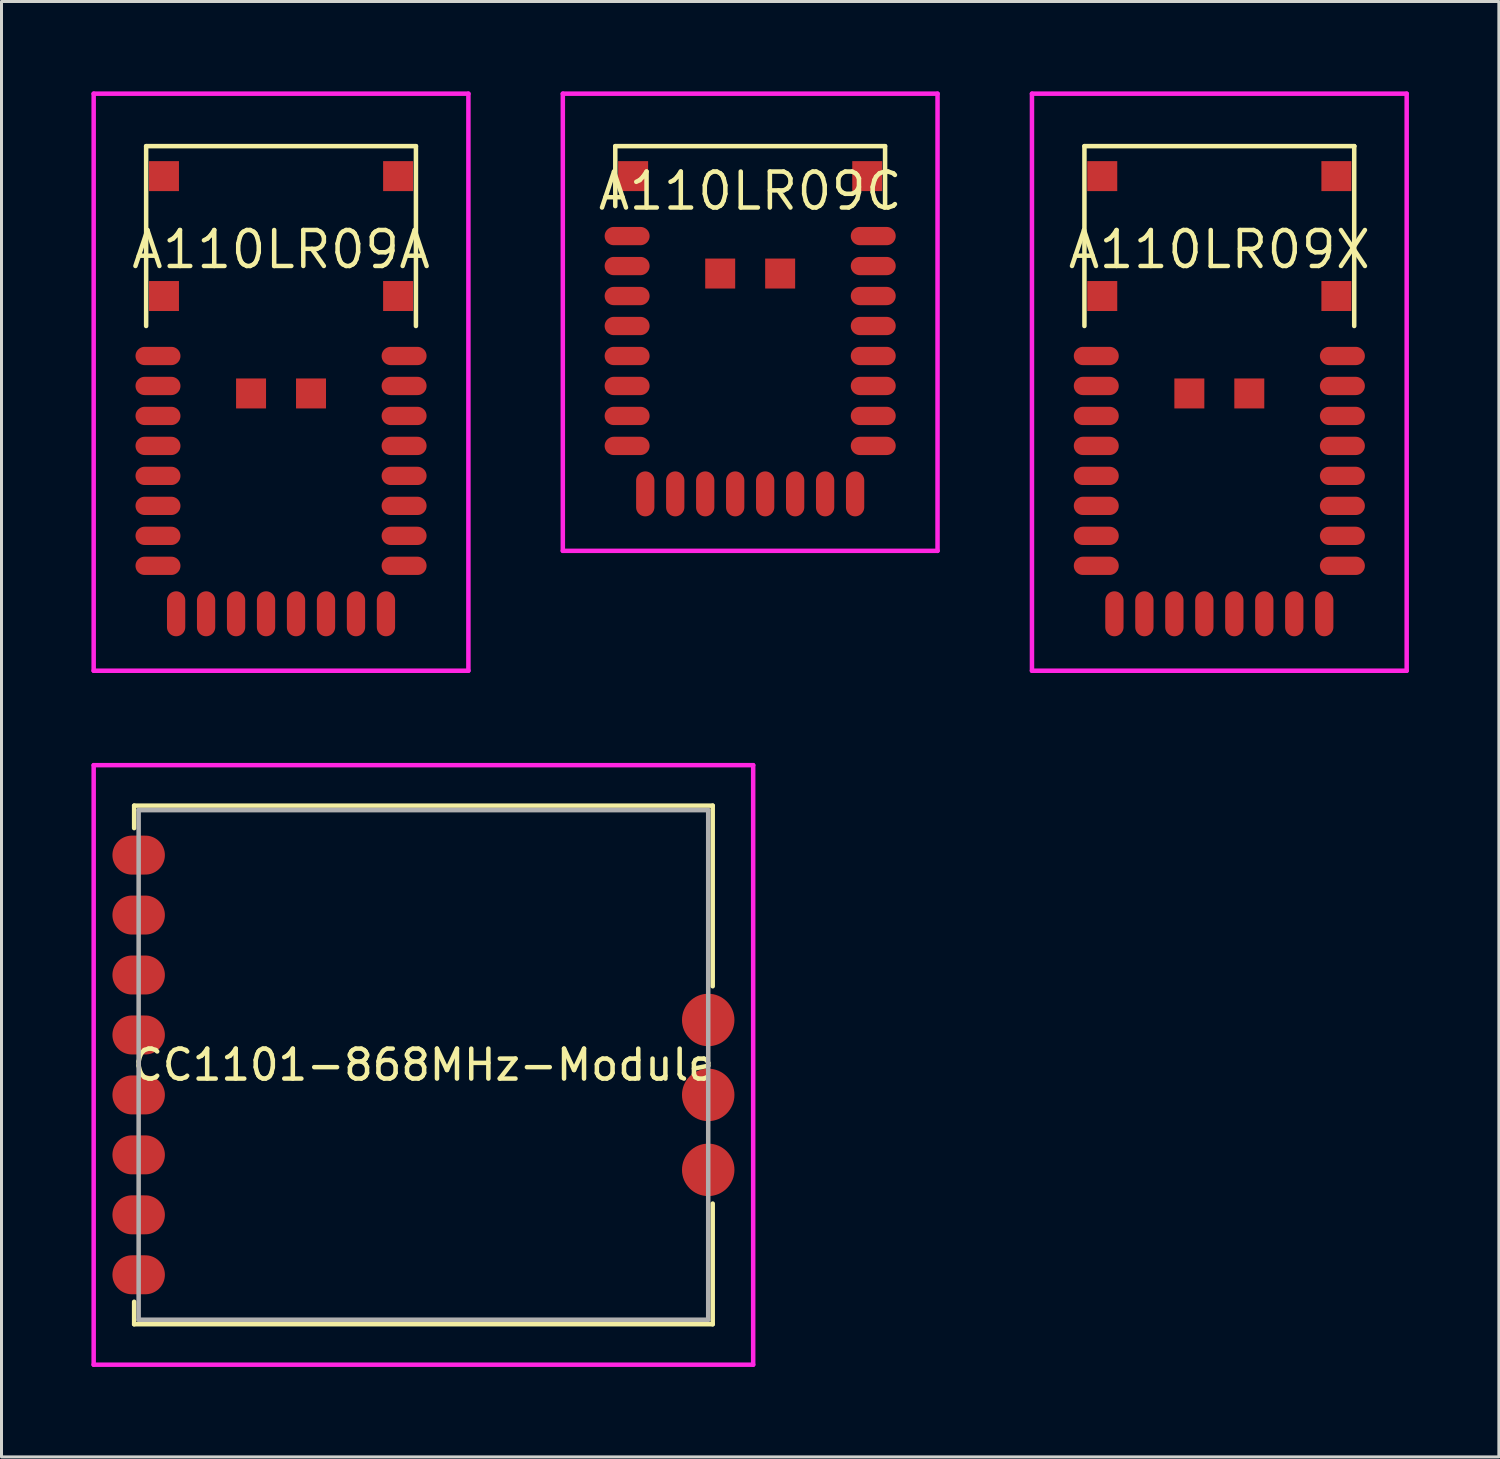
<source format=kicad_pcb>
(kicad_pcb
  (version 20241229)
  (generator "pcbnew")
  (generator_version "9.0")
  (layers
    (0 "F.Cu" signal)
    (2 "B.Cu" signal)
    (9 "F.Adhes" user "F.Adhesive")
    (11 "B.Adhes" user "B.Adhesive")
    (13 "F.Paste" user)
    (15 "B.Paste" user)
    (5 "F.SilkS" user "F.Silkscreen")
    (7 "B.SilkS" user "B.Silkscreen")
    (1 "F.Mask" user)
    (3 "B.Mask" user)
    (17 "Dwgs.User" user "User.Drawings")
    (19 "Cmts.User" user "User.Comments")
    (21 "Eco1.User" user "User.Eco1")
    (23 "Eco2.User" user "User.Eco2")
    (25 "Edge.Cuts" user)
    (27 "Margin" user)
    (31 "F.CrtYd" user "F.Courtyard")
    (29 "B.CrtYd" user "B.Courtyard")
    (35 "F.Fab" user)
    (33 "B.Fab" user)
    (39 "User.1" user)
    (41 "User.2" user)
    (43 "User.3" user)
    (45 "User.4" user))
  (footprint "CC1101-868MHz-Module"
    (layer "F.Cu")
    (at 11.075 32.475)
    (property "Reference" "CC1101-868MHz-Module" (at 0 0 0) (layer "F.SilkS") (effects (font (size 1 1) (thickness 0.15))))
    (attr through_hole)
    (fp_line (start -9.65 -8.65) (end 9.65 -8.65) (stroke (width 0.15) (type solid)) (layer "F.SilkS"))
    (fp_line (start -9.65 -7.9) (end -9.65 -8.65) (stroke (width 0.15) (type solid)) (layer "F.SilkS"))
    (fp_line (start -9.65 8.65) (end -9.65 7.9) (stroke (width 0.15) (type solid)) (layer "F.SilkS"))
    (fp_line (start 9.65 -8.65) (end 9.65 -2.625) (stroke (width 0.15) (type solid)) (layer "F.SilkS"))
    (fp_line (start 9.65 4.625) (end 9.65 8.65) (stroke (width 0.15) (type solid)) (layer "F.SilkS"))
    (fp_line (start 9.65 8.65) (end -9.65 8.65) (stroke (width 0.15) (type solid)) (layer "F.SilkS"))
    (fp_line (start -11 -10) (end 11 -10) (stroke (width 0.15) (type solid)) (layer "F.CrtYd"))
    (fp_line (start -11 10) (end -11 -10) (stroke (width 0.15) (type solid)) (layer "F.CrtYd"))
    (fp_line (start 11 -10) (end 11 10) (stroke (width 0.15) (type solid)) (layer "F.CrtYd"))
    (fp_line (start 11 10) (end -11 10) (stroke (width 0.15) (type solid)) (layer "F.CrtYd"))
    (fp_line (start -9.5 -8.5) (end 9.5 -8.5) (stroke (width 0.15) (type solid)) (layer "F.Fab"))
    (fp_line (start -9.5 8.5) (end -9.5 -8.5) (stroke (width 0.15) (type solid)) (layer "F.Fab"))
    (fp_line (start 9.5 -8.5) (end 9.5 8.5) (stroke (width 0.15) (type solid)) (layer "F.Fab"))
    (fp_line (start 9.5 8.5) (end -9.5 8.5) (stroke (width 0.15) (type solid)) (layer "F.Fab"))
    (pad "1" smd oval (at -9.5 -7) (size 1.75 1.3) (layers "F.Cu" "F.Mask" "F.Paste"))
    (pad "2" smd oval (at -9.5 -5) (size 1.75 1.3) (layers "F.Cu" "F.Mask" "F.Paste"))
    (pad "3" smd oval (at -9.5 -3) (size 1.75 1.3) (layers "F.Cu" "F.Mask" "F.Paste"))
    (pad "4" smd oval (at -9.5 -1) (size 1.75 1.3) (layers "F.Cu" "F.Mask" "F.Paste"))
    (pad "5" smd oval (at -9.5 1) (size 1.75 1.3) (layers "F.Cu" "F.Mask" "F.Paste"))
    (pad "6" smd oval (at -9.5 3) (size 1.75 1.3) (layers "F.Cu" "F.Mask" "F.Paste"))
    (pad "7" smd oval (at -9.5 5) (size 1.75 1.3) (layers "F.Cu" "F.Mask" "F.Paste"))
    (pad "8" smd oval (at -9.5 7) (size 1.75 1.3) (layers "F.Cu" "F.Mask" "F.Paste"))
    (pad "9" smd circle (at 9.5 3.5) (size 1.75 1.75) (layers "F.Cu" "F.Mask" "F.Paste"))
    (pad "10" smd circle (at 9.5 1) (size 1.75 1.75) (layers "F.Cu" "F.Mask" "F.Paste"))
    (pad "11" smd circle (at 9.5 -1.5) (size 1.75 1.75) (layers "F.Cu" "F.Mask" "F.Paste")))
  (footprint "A110LR09A"
    (layer "F.Cu")
    (at 6.325 12.325)
    (property "Reference" "A110LR09A" (at 0 -7.05 0) (layer "F.SilkS") (effects (font (size 1.2 1.2) (thickness 0.15))))
    (attr through_hole)
    (fp_line (start -4.5 -10.5) (end 4.5 -10.5) (stroke (width 0.15) (type solid)) (layer "F.SilkS"))
    (fp_line (start -4.5 -4.5) (end -4.5 -10.5) (stroke (width 0.15) (type solid)) (layer "F.SilkS"))
    (fp_line (start 4.5 -10.5) (end 4.5 -4.5) (stroke (width 0.15) (type solid)) (layer "F.SilkS"))
    (fp_line (start -6.25 -12.25) (end 6.25 -12.25) (stroke (width 0.15) (type solid)) (layer "F.CrtYd"))
    (fp_line (start -6.25 7) (end -6.25 -12.25) (stroke (width 0.15) (type solid)) (layer "F.CrtYd"))
    (fp_line (start 6.25 -12.25) (end 6.25 7) (stroke (width 0.15) (type solid)) (layer "F.CrtYd"))
    (fp_line (start 6.25 7) (end -6.25 7) (stroke (width 0.15) (type solid)) (layer "F.CrtYd"))
    (pad "" smd rect (at -3.905 -9.5) (size 1 1) (layers "F.Cu" "F.Mask" "F.Paste"))
    (pad "" smd rect (at -3.905 -5.5) (size 1 1) (layers "F.Cu" "F.Mask" "F.Paste"))
    (pad "" smd rect (at -1 -2.25) (size 1 1) (layers "F.Cu" "F.Mask" "F.Paste"))
    (pad "" smd rect (at 1 -2.25) (size 1 1) (layers "F.Cu" "F.Mask" "F.Paste"))
    (pad "" smd rect (at 3.905 -9.5) (size 1 1) (layers "F.Cu" "F.Mask" "F.Paste"))
    (pad "" smd rect (at 3.905 -5.5) (size 1 1) (layers "F.Cu" "F.Mask" "F.Paste"))
    (pad "1" smd oval (at -4.105 -3.5 90) (size 0.61 1.5) (layers "F.Cu" "F.Mask" "F.Paste"))
    (pad "2" smd oval (at -4.105 -2.5 90) (size 0.61 1.5) (layers "F.Cu" "F.Mask" "F.Paste"))
    (pad "3" smd oval (at -4.105 -1.5 90) (size 0.61 1.5) (layers "F.Cu" "F.Mask" "F.Paste"))
    (pad "4" smd oval (at -4.105 -0.5 90) (size 0.61 1.5) (layers "F.Cu" "F.Mask" "F.Paste"))
    (pad "5" smd oval (at -4.105 0.5 90) (size 0.61 1.5) (layers "F.Cu" "F.Mask" "F.Paste"))
    (pad "6" smd oval (at -4.105 1.5 90) (size 0.61 1.5) (layers "F.Cu" "F.Mask" "F.Paste"))
    (pad "7" smd oval (at -4.105 2.5 90) (size 0.61 1.5) (layers "F.Cu" "F.Mask" "F.Paste"))
    (pad "8" smd oval (at -4.105 3.5 90) (size 0.61 1.5) (layers "F.Cu" "F.Mask" "F.Paste"))
    (pad "9" smd oval (at -3.5 5.1) (size 0.61 1.5) (layers "F.Cu" "F.Mask" "F.Paste"))
    (pad "10" smd oval (at -2.5 5.1) (size 0.61 1.5) (layers "F.Cu" "F.Mask" "F.Paste"))
    (pad "11" smd oval (at -1.5 5.1) (size 0.61 1.5) (layers "F.Cu" "F.Mask" "F.Paste"))
    (pad "12" smd oval (at -0.5 5.1) (size 0.61 1.5) (layers "F.Cu" "F.Mask" "F.Paste"))
    (pad "13" smd oval (at 0.5 5.1) (size 0.61 1.5) (layers "F.Cu" "F.Mask" "F.Paste"))
    (pad "14" smd oval (at 1.5 5.1) (size 0.61 1.5) (layers "F.Cu" "F.Mask" "F.Paste"))
    (pad "15" smd oval (at 2.5 5.1) (size 0.61 1.5) (layers "F.Cu" "F.Mask" "F.Paste"))
    (pad "16" smd oval (at 3.5 5.1) (size 0.61 1.5) (layers "F.Cu" "F.Mask" "F.Paste"))
    (pad "17" smd oval (at 4.105 3.5 90) (size 0.61 1.5) (layers "F.Cu" "F.Mask" "F.Paste"))
    (pad "18" smd oval (at 4.105 2.5 90) (size 0.61 1.5) (layers "F.Cu" "F.Mask" "F.Paste"))
    (pad "19" smd oval (at 4.105 1.5 90) (size 0.61 1.5) (layers "F.Cu" "F.Mask" "F.Paste"))
    (pad "20" smd oval (at 4.105 0.5 90) (size 0.61 1.5) (layers "F.Cu" "F.Mask" "F.Paste"))
    (pad "21" smd oval (at 4.105 -0.5 90) (size 0.61 1.5) (layers "F.Cu" "F.Mask" "F.Paste"))
    (pad "22" smd oval (at 4.105 -1.5 90) (size 0.61 1.5) (layers "F.Cu" "F.Mask" "F.Paste"))
    (pad "23" smd oval (at 4.105 -2.5 90) (size 0.61 1.5) (layers "F.Cu" "F.Mask" "F.Paste"))
    (pad "24" smd oval (at 4.105 -3.5 90) (size 0.61 1.5) (layers "F.Cu" "F.Mask" "F.Paste")))
  (footprint "A110LR09C"
    (layer "F.Cu")
    (at 21.975 8.325)
    (property "Reference" "A110LR09C" (at 0 -5 0) (layer "F.SilkS") (effects (font (size 1.2 1.2) (thickness 0.15))))
    (attr through_hole)
    (fp_line (start -4.5 -6.5) (end 4.5 -6.5) (stroke (width 0.15) (type solid)) (layer "F.SilkS"))
    (fp_line (start -4.5 -4.5) (end -4.5 -6.5) (stroke (width 0.15) (type solid)) (layer "F.SilkS"))
    (fp_line (start 4.5 -6.5) (end 4.5 -4.5) (stroke (width 0.15) (type solid)) (layer "F.SilkS"))
    (fp_line (start -6.25 -8.25) (end 6.25 -8.25) (stroke (width 0.15) (type solid)) (layer "F.CrtYd"))
    (fp_line (start -6.25 7) (end -6.25 -8.25) (stroke (width 0.15) (type solid)) (layer "F.CrtYd"))
    (fp_line (start 6.25 -8.25) (end 6.25 7) (stroke (width 0.15) (type solid)) (layer "F.CrtYd"))
    (fp_line (start 6.25 7) (end -6.25 7) (stroke (width 0.15) (type solid)) (layer "F.CrtYd"))
    (pad "" smd rect (at -3.905 -5.5) (size 1 1) (layers "F.Cu" "F.Mask" "F.Paste"))
    (pad "" smd rect (at -1 -2.25) (size 1 1) (layers "F.Cu" "F.Mask" "F.Paste"))
    (pad "" smd rect (at 1 -2.25) (size 1 1) (layers "F.Cu" "F.Mask" "F.Paste"))
    (pad "" smd rect (at 3.905 -5.5) (size 1 1) (layers "F.Cu" "F.Mask" "F.Paste"))
    (pad "1" smd oval (at -4.105 -3.5 90) (size 0.61 1.5) (layers "F.Cu" "F.Mask" "F.Paste"))
    (pad "2" smd oval (at -4.105 -2.5 90) (size 0.61 1.5) (layers "F.Cu" "F.Mask" "F.Paste"))
    (pad "3" smd oval (at -4.105 -1.5 90) (size 0.61 1.5) (layers "F.Cu" "F.Mask" "F.Paste"))
    (pad "4" smd oval (at -4.105 -0.5 90) (size 0.61 1.5) (layers "F.Cu" "F.Mask" "F.Paste"))
    (pad "5" smd oval (at -4.105 0.5 90) (size 0.61 1.5) (layers "F.Cu" "F.Mask" "F.Paste"))
    (pad "6" smd oval (at -4.105 1.5 90) (size 0.61 1.5) (layers "F.Cu" "F.Mask" "F.Paste"))
    (pad "7" smd oval (at -4.105 2.5 90) (size 0.61 1.5) (layers "F.Cu" "F.Mask" "F.Paste"))
    (pad "8" smd oval (at -4.105 3.5 90) (size 0.61 1.5) (layers "F.Cu" "F.Mask" "F.Paste"))
    (pad "9" smd oval (at -3.5 5.1) (size 0.61 1.5) (layers "F.Cu" "F.Mask" "F.Paste"))
    (pad "10" smd oval (at -2.5 5.1) (size 0.61 1.5) (layers "F.Cu" "F.Mask" "F.Paste"))
    (pad "11" smd oval (at -1.5 5.1) (size 0.61 1.5) (layers "F.Cu" "F.Mask" "F.Paste"))
    (pad "12" smd oval (at -0.5 5.1) (size 0.61 1.5) (layers "F.Cu" "F.Mask" "F.Paste"))
    (pad "13" smd oval (at 0.5 5.1) (size 0.61 1.5) (layers "F.Cu" "F.Mask" "F.Paste"))
    (pad "14" smd oval (at 1.5 5.1) (size 0.61 1.5) (layers "F.Cu" "F.Mask" "F.Paste"))
    (pad "15" smd oval (at 2.5 5.1) (size 0.61 1.5) (layers "F.Cu" "F.Mask" "F.Paste"))
    (pad "16" smd oval (at 3.5 5.1) (size 0.61 1.5) (layers "F.Cu" "F.Mask" "F.Paste"))
    (pad "17" smd oval (at 4.105 3.5 90) (size 0.61 1.5) (layers "F.Cu" "F.Mask" "F.Paste"))
    (pad "18" smd oval (at 4.105 2.5 90) (size 0.61 1.5) (layers "F.Cu" "F.Mask" "F.Paste"))
    (pad "19" smd oval (at 4.105 1.5 90) (size 0.61 1.5) (layers "F.Cu" "F.Mask" "F.Paste"))
    (pad "20" smd oval (at 4.105 0.5 90) (size 0.61 1.5) (layers "F.Cu" "F.Mask" "F.Paste"))
    (pad "21" smd oval (at 4.105 -0.5 90) (size 0.61 1.5) (layers "F.Cu" "F.Mask" "F.Paste"))
    (pad "22" smd oval (at 4.105 -1.5 90) (size 0.61 1.5) (layers "F.Cu" "F.Mask" "F.Paste"))
    (pad "23" smd oval (at 4.105 -2.5 90) (size 0.61 1.5) (layers "F.Cu" "F.Mask" "F.Paste"))
    (pad "24" smd oval (at 4.105 -3.5 90) (size 0.61 1.5) (layers "F.Cu" "F.Mask" "F.Paste")))
  (footprint "A110LR09X"
    (layer "F.Cu")
    (at 37.625 12.325)
    (property "Reference" "A110LR09X" (at 0 -7.05 0) (layer "F.SilkS") (effects (font (size 1.2 1.2) (thickness 0.15))))
    (attr through_hole)
    (fp_line (start -4.5 -10.5) (end 4.5 -10.5) (stroke (width 0.15) (type solid)) (layer "F.SilkS"))
    (fp_line (start -4.5 -4.5) (end -4.5 -10.5) (stroke (width 0.15) (type solid)) (layer "F.SilkS"))
    (fp_line (start 4.5 -10.5) (end 4.5 -10.5) (stroke (width 0.15) (type solid)) (layer "F.SilkS"))
    (fp_line (start 4.5 -10.5) (end 4.5 -4.5) (stroke (width 0.15) (type solid)) (layer "F.SilkS"))
    (fp_line (start -6.25 -12.25) (end 6.25 -12.25) (stroke (width 0.15) (type solid)) (layer "F.CrtYd"))
    (fp_line (start -6.25 7) (end -6.25 -12.25) (stroke (width 0.15) (type solid)) (layer "F.CrtYd"))
    (fp_line (start 6.25 -12.25) (end 6.25 7) (stroke (width 0.15) (type solid)) (layer "F.CrtYd"))
    (fp_line (start 6.25 7) (end -6.25 7) (stroke (width 0.15) (type solid)) (layer "F.CrtYd"))
    (pad "" smd rect (at -3.905 -9.5) (size 1 1) (layers "F.Cu" "F.Mask" "F.Paste"))
    (pad "" smd rect (at -3.905 -5.5) (size 1 1) (layers "F.Cu" "F.Mask" "F.Paste"))
    (pad "" smd rect (at -1 -2.25) (size 1 1) (layers "F.Cu" "F.Mask" "F.Paste"))
    (pad "" smd rect (at 1 -2.25) (size 1 1) (layers "F.Cu" "F.Mask" "F.Paste"))
    (pad "" smd rect (at 3.905 -9.5) (size 1 1) (layers "F.Cu" "F.Mask" "F.Paste"))
    (pad "" smd rect (at 3.905 -5.5) (size 1 1) (layers "F.Cu" "F.Mask" "F.Paste"))
    (pad "1" smd oval (at -4.105 -3.5 90) (size 0.61 1.5) (layers "F.Cu" "F.Mask" "F.Paste"))
    (pad "2" smd oval (at -4.105 -2.5 90) (size 0.61 1.5) (layers "F.Cu" "F.Mask" "F.Paste"))
    (pad "3" smd oval (at -4.105 -1.5 90) (size 0.61 1.5) (layers "F.Cu" "F.Mask" "F.Paste"))
    (pad "4" smd oval (at -4.105 -0.5 90) (size 0.61 1.5) (layers "F.Cu" "F.Mask" "F.Paste"))
    (pad "5" smd oval (at -4.105 0.5 90) (size 0.61 1.5) (layers "F.Cu" "F.Mask" "F.Paste"))
    (pad "6" smd oval (at -4.105 1.5 90) (size 0.61 1.5) (layers "F.Cu" "F.Mask" "F.Paste"))
    (pad "7" smd oval (at -4.105 2.5 90) (size 0.61 1.5) (layers "F.Cu" "F.Mask" "F.Paste"))
    (pad "8" smd oval (at -4.105 3.5 90) (size 0.61 1.5) (layers "F.Cu" "F.Mask" "F.Paste"))
    (pad "9" smd oval (at -3.5 5.1) (size 0.61 1.5) (layers "F.Cu" "F.Mask" "F.Paste"))
    (pad "10" smd oval (at -2.5 5.1) (size 0.61 1.5) (layers "F.Cu" "F.Mask" "F.Paste"))
    (pad "11" smd oval (at -1.5 5.1) (size 0.61 1.5) (layers "F.Cu" "F.Mask" "F.Paste"))
    (pad "12" smd oval (at -0.5 5.1) (size 0.61 1.5) (layers "F.Cu" "F.Mask" "F.Paste"))
    (pad "13" smd oval (at 0.5 5.1) (size 0.61 1.5) (layers "F.Cu" "F.Mask" "F.Paste"))
    (pad "14" smd oval (at 1.5 5.1) (size 0.61 1.5) (layers "F.Cu" "F.Mask" "F.Paste"))
    (pad "15" smd oval (at 2.5 5.1) (size 0.61 1.5) (layers "F.Cu" "F.Mask" "F.Paste"))
    (pad "16" smd oval (at 3.5 5.1) (size 0.61 1.5) (layers "F.Cu" "F.Mask" "F.Paste"))
    (pad "17" smd oval (at 4.105 3.5 90) (size 0.61 1.5) (layers "F.Cu" "F.Mask" "F.Paste"))
    (pad "18" smd oval (at 4.105 2.5 90) (size 0.61 1.5) (layers "F.Cu" "F.Mask" "F.Paste"))
    (pad "19" smd oval (at 4.105 1.5 90) (size 0.61 1.5) (layers "F.Cu" "F.Mask" "F.Paste"))
    (pad "20" smd oval (at 4.105 0.5 90) (size 0.61 1.5) (layers "F.Cu" "F.Mask" "F.Paste"))
    (pad "21" smd oval (at 4.105 -0.5 90) (size 0.61 1.5) (layers "F.Cu" "F.Mask" "F.Paste"))
    (pad "22" smd oval (at 4.105 -1.5 90) (size 0.61 1.5) (layers "F.Cu" "F.Mask" "F.Paste"))
    (pad "23" smd oval (at 4.105 -2.5 90) (size 0.61 1.5) (layers "F.Cu" "F.Mask" "F.Paste"))
    (pad "24" smd oval (at 4.105 -3.5 90) (size 0.61 1.5) (layers "F.Cu" "F.Mask" "F.Paste")))
  (gr_rect
    (start -3 -3)
    (end 46.95 45.55)
    (stroke (width 0.1) (type default))
    (fill no)
    (layer "Edge.Cuts")))
</source>
